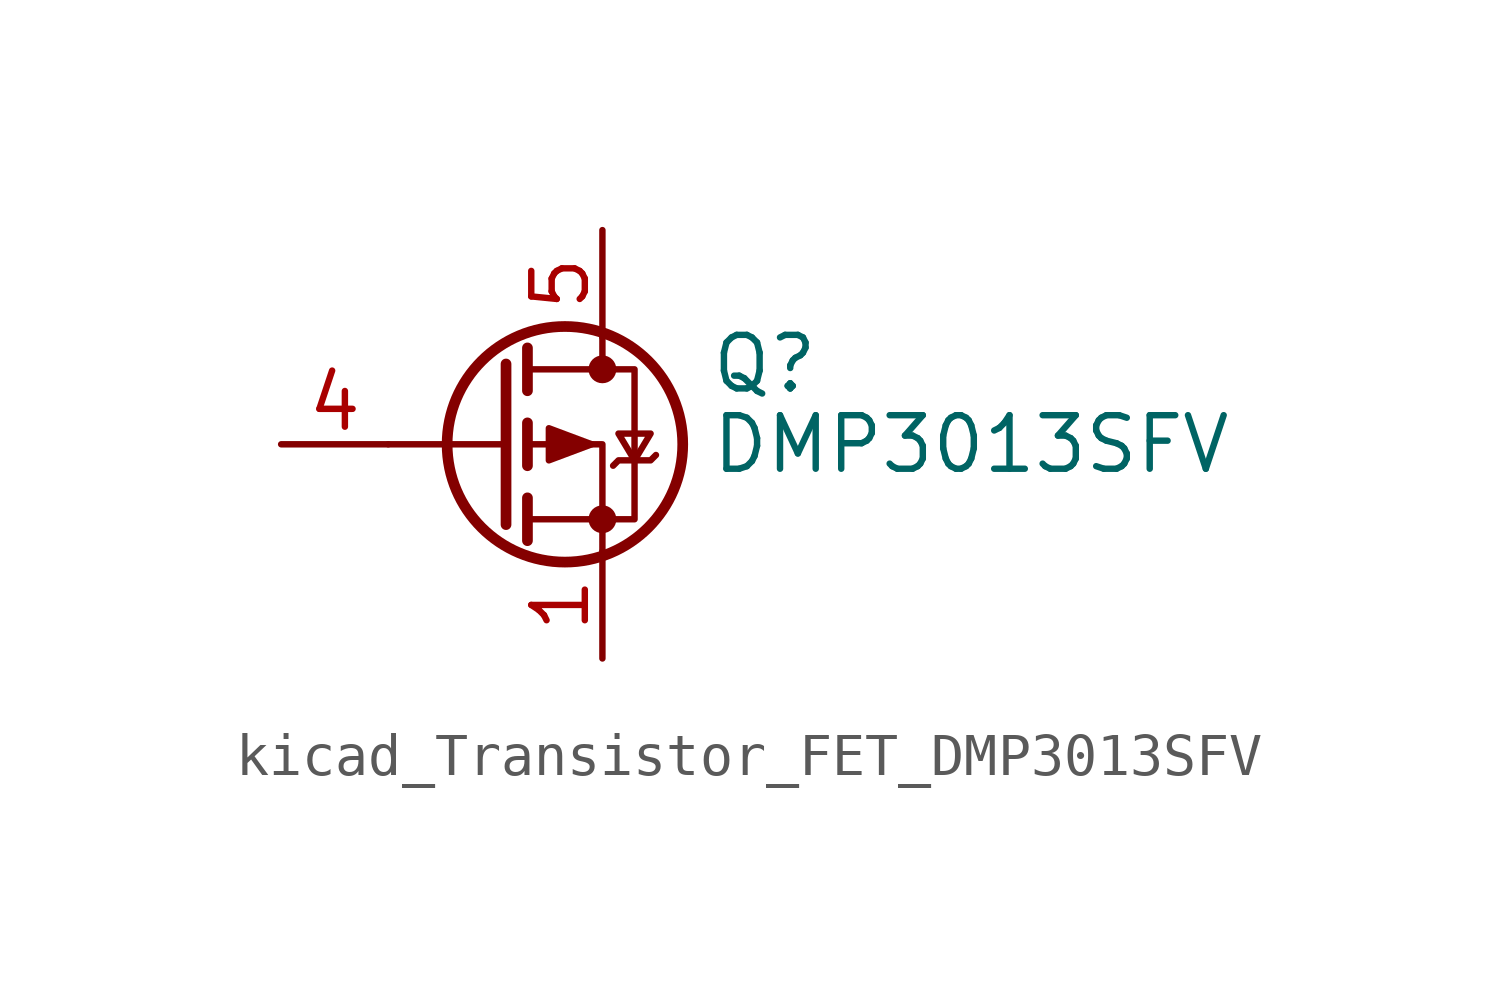
<source format=kicad_sym>
(kicad_symbol_lib
  (version 20220914)
  (generator kicad_symbol_editor)
  (symbol "kicad_Transistor_FET_DMP3013SFV"
    (pin_names hide)
    (property "Reference" "Q"
      (at 5.08 1.905 0)
      (effects (font (size 1.27 1.27)) (justify left)))
    (property "Value" "DMP3013SFV"
      (at 5.08 0 0)
      (effects (font (size 1.27 1.27)) (justify left)))
    (symbol "kicad_Transistor_FET_DMP3013SFV_0_1"
      (polyline (pts (xy 0.254 0) (xy -2.54 0)) (stroke (width 0) (type default)) (fill (type none)))
      (polyline (pts (xy 0.254 1.905) (xy 0.254 -1.905)) (stroke (width 0.254) (type default)) (fill (type none)))
      (polyline (pts (xy 0.762 -1.27) (xy 0.762 -2.286)) (stroke (width 0.254) (type default)) (fill (type none)))
      (polyline (pts (xy 0.762 0.508) (xy 0.762 -0.508)) (stroke (width 0.254) (type default)) (fill (type none)))
      (polyline (pts (xy 0.762 2.286) (xy 0.762 1.27)) (stroke (width 0.254) (type default)) (fill (type none)))
      (polyline (pts (xy 2.54 2.54) (xy 2.54 1.778)) (stroke (width 0) (type default)) (fill (type none)))
      (polyline (pts (xy 2.54 -2.54) (xy 2.54 0) (xy 0.762 0)) (stroke (width 0) (type default)) (fill (type none)))
      (polyline (pts (xy 0.762 1.778) (xy 3.302 1.778) (xy 3.302 -1.778) (xy 0.762 -1.778)) (stroke (width 0) (type default)) (fill (type none)))
      (polyline (pts (xy 2.286 0) (xy 1.27 0.381) (xy 1.27 -0.381) (xy 2.286 0)) (stroke (width 0) (type default)) (fill (type outline)))
      (polyline (pts (xy 2.794 -0.508) (xy 2.921 -0.381) (xy 3.683 -0.381) (xy 3.81 -0.254)) (stroke (width 0) (type default)) (fill (type none)))
      (polyline (pts (xy 3.302 -0.381) (xy 2.921 0.254) (xy 3.683 0.254) (xy 3.302 -0.381)) (stroke (width 0) (type default)) (fill (type none)))
      (circle (center 1.651 0) (radius 2.794) (stroke (width 0.254) (type default)) (fill (type none)))
      (circle (center 2.54 -1.778) (radius 0.254) (stroke (width 0) (type default)) (fill (type outline)))
      (circle (center 2.54 1.778) (radius 0.254) (stroke (width 0) (type default)) (fill (type outline))))
    (symbol "kicad_Transistor_FET_DMP3013SFV_1_1"
      (pin passive line (at 2.54 -5.08 90) (length 2.54) (name "S" (effects (font (size 1.27 1.27)))) (number "1" (effects (font (size 1.27 1.27)))))
      (pin passive line (at 2.54 -5.08 90) (length 2.54) hide (name "S" (effects (font (size 1.27 1.27)))) (number "2" (effects (font (size 1.27 1.27)))))
      (pin passive line (at 2.54 -5.08 90) (length 2.54) hide (name "S" (effects (font (size 1.27 1.27)))) (number "3" (effects (font (size 1.27 1.27)))))
      (pin passive line (at -5.08 0 0) (length 2.54) (name "G" (effects (font (size 1.27 1.27)))) (number "4" (effects (font (size 1.27 1.27)))))
      (pin passive line (at 2.54 5.08 270) (length 2.54) (name "D" (effects (font (size 1.27 1.27)))) (number "5" (effects (font (size 1.27 1.27))))))))
</source>
